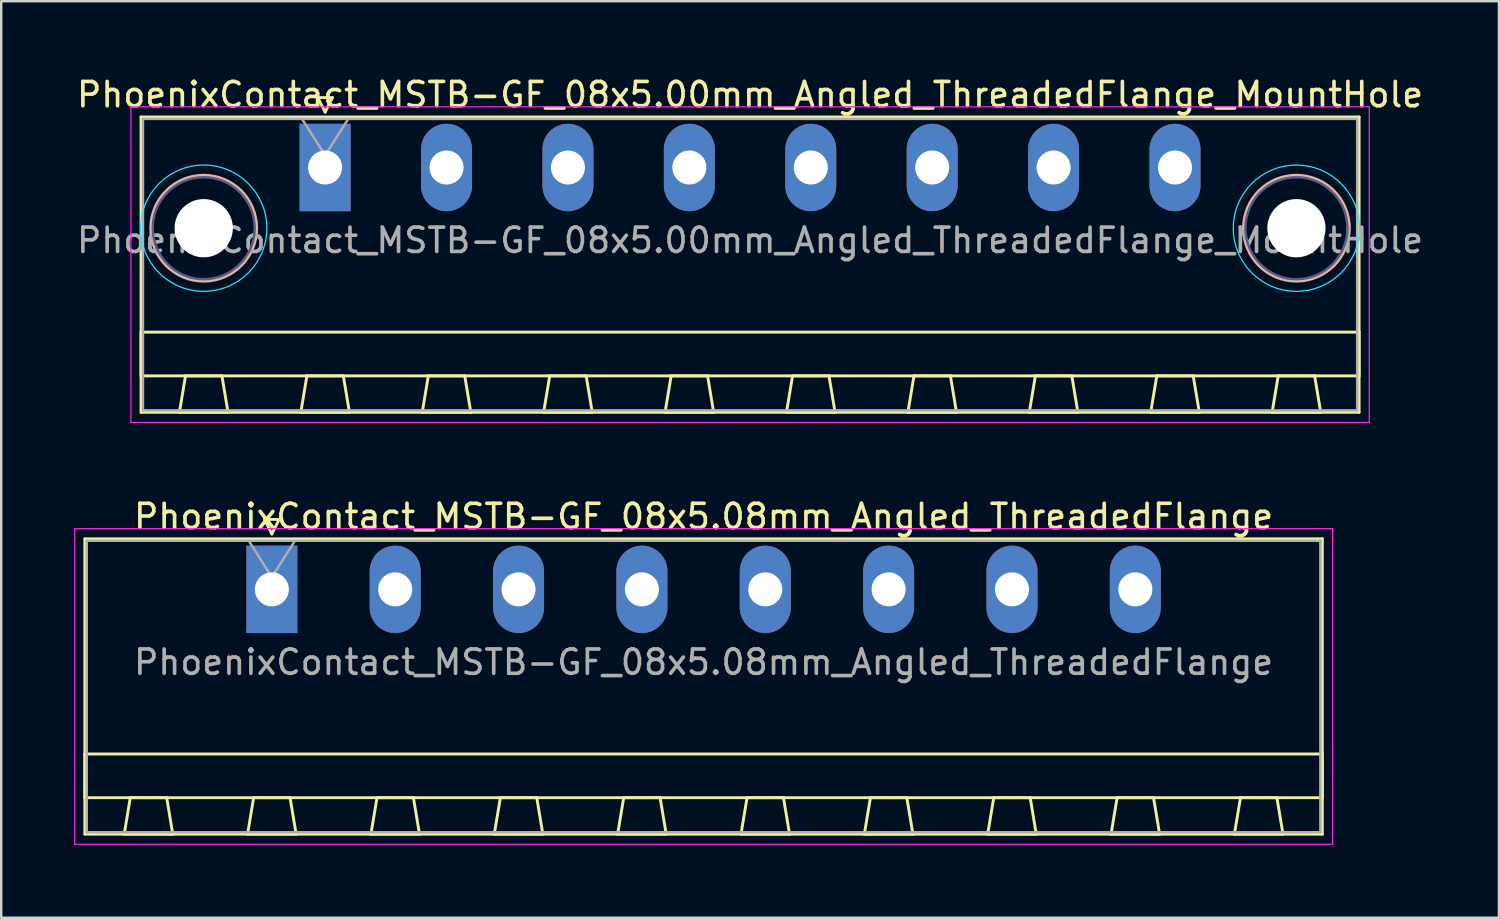
<source format=kicad_pcb>
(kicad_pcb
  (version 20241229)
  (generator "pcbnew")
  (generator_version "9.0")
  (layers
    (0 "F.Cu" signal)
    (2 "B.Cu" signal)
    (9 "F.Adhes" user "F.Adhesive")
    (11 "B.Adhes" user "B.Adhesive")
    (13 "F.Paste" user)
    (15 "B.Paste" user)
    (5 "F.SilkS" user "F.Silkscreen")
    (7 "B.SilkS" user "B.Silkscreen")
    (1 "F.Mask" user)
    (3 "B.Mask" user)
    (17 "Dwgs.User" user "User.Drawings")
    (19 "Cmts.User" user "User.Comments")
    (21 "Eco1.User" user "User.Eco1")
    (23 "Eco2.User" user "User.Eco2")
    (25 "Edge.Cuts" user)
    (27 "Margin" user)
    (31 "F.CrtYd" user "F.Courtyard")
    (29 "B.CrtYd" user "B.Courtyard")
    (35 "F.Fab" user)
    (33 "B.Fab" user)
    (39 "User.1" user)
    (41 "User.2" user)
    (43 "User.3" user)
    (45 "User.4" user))
  (footprint "PhoenixContact_MSTB-GF_08x5.08mm_Angled_ThreadedFlange"
    (layer "F.Cu")
    (at 8.145 21.221)
    (property "Reference" "PhoenixContact_MSTB-GF_08x5.08mm_Angled_ThreadedFlange" (at 17.78 -3 0) (layer "F.SilkS") (effects (font (size 1 1) (thickness 0.15))))
    (attr through_hole)
    (fp_line (start -7.7 -2.08) (end -7.7 10.08) (stroke (width 0.12) (type solid)) (layer "F.SilkS"))
    (fp_line (start -7.7 6.78) (end 43.26 6.78) (stroke (width 0.12) (type solid)) (layer "F.SilkS"))
    (fp_line (start -7.7 8.58) (end -7.7 6.78) (stroke (width 0.12) (type solid)) (layer "F.SilkS"))
    (fp_line (start -7.7 10.08) (end 43.26 10.08) (stroke (width 0.12) (type solid)) (layer "F.SilkS"))
    (fp_line (start -6.08 10.08) (end -4.08 10.08) (stroke (width 0.12) (type solid)) (layer "F.SilkS"))
    (fp_line (start -5.83 8.58) (end -6.08 10.08) (stroke (width 0.12) (type solid)) (layer "F.SilkS"))
    (fp_line (start -4.33 8.58) (end -5.83 8.58) (stroke (width 0.12) (type solid)) (layer "F.SilkS"))
    (fp_line (start -4.08 10.08) (end -4.33 8.58) (stroke (width 0.12) (type solid)) (layer "F.SilkS"))
    (fp_line (start -1 10.08) (end 1 10.08) (stroke (width 0.12) (type solid)) (layer "F.SilkS"))
    (fp_line (start -0.75 8.58) (end -1 10.08) (stroke (width 0.12) (type solid)) (layer "F.SilkS"))
    (fp_line (start -0.3 -2.88) (end 0.3 -2.88) (stroke (width 0.12) (type solid)) (layer "F.SilkS"))
    (fp_line (start 0 -2.28) (end -0.3 -2.88) (stroke (width 0.12) (type solid)) (layer "F.SilkS"))
    (fp_line (start 0.3 -2.88) (end 0 -2.28) (stroke (width 0.12) (type solid)) (layer "F.SilkS"))
    (fp_line (start 0.75 8.58) (end -0.75 8.58) (stroke (width 0.12) (type solid)) (layer "F.SilkS"))
    (fp_line (start 1 10.08) (end 0.75 8.58) (stroke (width 0.12) (type solid)) (layer "F.SilkS"))
    (fp_line (start 4.08 10.08) (end 6.08 10.08) (stroke (width 0.12) (type solid)) (layer "F.SilkS"))
    (fp_line (start 4.33 8.58) (end 4.08 10.08) (stroke (width 0.12) (type solid)) (layer "F.SilkS"))
    (fp_line (start 5.83 8.58) (end 4.33 8.58) (stroke (width 0.12) (type solid)) (layer "F.SilkS"))
    (fp_line (start 6.08 10.08) (end 5.83 8.58) (stroke (width 0.12) (type solid)) (layer "F.SilkS"))
    (fp_line (start 9.16 10.08) (end 11.16 10.08) (stroke (width 0.12) (type solid)) (layer "F.SilkS"))
    (fp_line (start 9.41 8.58) (end 9.16 10.08) (stroke (width 0.12) (type solid)) (layer "F.SilkS"))
    (fp_line (start 10.91 8.58) (end 9.41 8.58) (stroke (width 0.12) (type solid)) (layer "F.SilkS"))
    (fp_line (start 11.16 10.08) (end 10.91 8.58) (stroke (width 0.12) (type solid)) (layer "F.SilkS"))
    (fp_line (start 14.24 10.08) (end 16.24 10.08) (stroke (width 0.12) (type solid)) (layer "F.SilkS"))
    (fp_line (start 14.49 8.58) (end 14.24 10.08) (stroke (width 0.12) (type solid)) (layer "F.SilkS"))
    (fp_line (start 15.99 8.58) (end 14.49 8.58) (stroke (width 0.12) (type solid)) (layer "F.SilkS"))
    (fp_line (start 16.24 10.08) (end 15.99 8.58) (stroke (width 0.12) (type solid)) (layer "F.SilkS"))
    (fp_line (start 19.32 10.08) (end 21.32 10.08) (stroke (width 0.12) (type solid)) (layer "F.SilkS"))
    (fp_line (start 19.57 8.58) (end 19.32 10.08) (stroke (width 0.12) (type solid)) (layer "F.SilkS"))
    (fp_line (start 21.07 8.58) (end 19.57 8.58) (stroke (width 0.12) (type solid)) (layer "F.SilkS"))
    (fp_line (start 21.32 10.08) (end 21.07 8.58) (stroke (width 0.12) (type solid)) (layer "F.SilkS"))
    (fp_line (start 24.4 10.08) (end 26.4 10.08) (stroke (width 0.12) (type solid)) (layer "F.SilkS"))
    (fp_line (start 24.65 8.58) (end 24.4 10.08) (stroke (width 0.12) (type solid)) (layer "F.SilkS"))
    (fp_line (start 26.15 8.58) (end 24.65 8.58) (stroke (width 0.12) (type solid)) (layer "F.SilkS"))
    (fp_line (start 26.4 10.08) (end 26.15 8.58) (stroke (width 0.12) (type solid)) (layer "F.SilkS"))
    (fp_line (start 29.48 10.08) (end 31.48 10.08) (stroke (width 0.12) (type solid)) (layer "F.SilkS"))
    (fp_line (start 29.73 8.58) (end 29.48 10.08) (stroke (width 0.12) (type solid)) (layer "F.SilkS"))
    (fp_line (start 31.23 8.58) (end 29.73 8.58) (stroke (width 0.12) (type solid)) (layer "F.SilkS"))
    (fp_line (start 31.48 10.08) (end 31.23 8.58) (stroke (width 0.12) (type solid)) (layer "F.SilkS"))
    (fp_line (start 34.56 10.08) (end 36.56 10.08) (stroke (width 0.12) (type solid)) (layer "F.SilkS"))
    (fp_line (start 34.81 8.58) (end 34.56 10.08) (stroke (width 0.12) (type solid)) (layer "F.SilkS"))
    (fp_line (start 36.31 8.58) (end 34.81 8.58) (stroke (width 0.12) (type solid)) (layer "F.SilkS"))
    (fp_line (start 36.56 10.08) (end 36.31 8.58) (stroke (width 0.12) (type solid)) (layer "F.SilkS"))
    (fp_line (start 39.64 10.08) (end 41.64 10.08) (stroke (width 0.12) (type solid)) (layer "F.SilkS"))
    (fp_line (start 39.89 8.58) (end 39.64 10.08) (stroke (width 0.12) (type solid)) (layer "F.SilkS"))
    (fp_line (start 41.39 8.58) (end 39.89 8.58) (stroke (width 0.12) (type solid)) (layer "F.SilkS"))
    (fp_line (start 41.64 10.08) (end 41.39 8.58) (stroke (width 0.12) (type solid)) (layer "F.SilkS"))
    (fp_line (start 43.26 -2.08) (end -7.7 -2.08) (stroke (width 0.12) (type solid)) (layer "F.SilkS"))
    (fp_line (start 43.26 6.78) (end 43.26 8.58) (stroke (width 0.12) (type solid)) (layer "F.SilkS"))
    (fp_line (start 43.26 8.58) (end -7.7 8.58) (stroke (width 0.12) (type solid)) (layer "F.SilkS"))
    (fp_line (start 43.26 10.08) (end 43.26 -2.08) (stroke (width 0.12) (type solid)) (layer "F.SilkS"))
    (fp_line (start -8.12 -2.5) (end -8.12 10.5) (stroke (width 0.05) (type solid)) (layer "F.CrtYd"))
    (fp_line (start -8.12 10.5) (end 43.68 10.5) (stroke (width 0.05) (type solid)) (layer "F.CrtYd"))
    (fp_line (start 43.68 -2.5) (end -8.12 -2.5) (stroke (width 0.05) (type solid)) (layer "F.CrtYd"))
    (fp_line (start 43.68 10.5) (end 43.68 -2.5) (stroke (width 0.05) (type solid)) (layer "F.CrtYd"))
    (fp_line (start -7.62 -2) (end -7.62 10) (stroke (width 0.1) (type solid)) (layer "F.Fab"))
    (fp_line (start -7.62 10) (end 43.18 10) (stroke (width 0.1) (type solid)) (layer "F.Fab"))
    (fp_line (start 0 -0.5) (end -0.95 -2) (stroke (width 0.1) (type solid)) (layer "F.Fab"))
    (fp_line (start 0.95 -2) (end 0 -0.5) (stroke (width 0.1) (type solid)) (layer "F.Fab"))
    (fp_line (start 43.18 -2) (end -7.62 -2) (stroke (width 0.1) (type solid)) (layer "F.Fab"))
    (fp_line (start 43.18 10) (end 43.18 -2) (stroke (width 0.1) (type solid)) (layer "F.Fab"))
    (fp_text user "${REFERENCE}" (at 17.78 3 0) (layer "F.Fab") (effects (font (size 1 1) (thickness 0.15))))
    (pad "1" thru_hole rect (at 0 0) (size 2.1 3.6) (drill 1.4) (layers "*.Cu" "*.Mask"))
    (pad "2" thru_hole oval (at 5.08 0) (size 2.1 3.6) (drill 1.4) (layers "*.Cu" "*.Mask"))
    (pad "3" thru_hole oval (at 10.16 0) (size 2.1 3.6) (drill 1.4) (layers "*.Cu" "*.Mask"))
    (pad "4" thru_hole oval (at 15.24 0) (size 2.1 3.6) (drill 1.4) (layers "*.Cu" "*.Mask"))
    (pad "5" thru_hole oval (at 20.32 0) (size 2.1 3.6) (drill 1.4) (layers "*.Cu" "*.Mask"))
    (pad "6" thru_hole oval (at 25.4 0) (size 2.1 3.6) (drill 1.4) (layers "*.Cu" "*.Mask"))
    (pad "7" thru_hole oval (at 30.48 0) (size 2.1 3.6) (drill 1.4) (layers "*.Cu" "*.Mask"))
    (pad "8" thru_hole oval (at 35.56 0) (size 2.1 3.6) (drill 1.4) (layers "*.Cu" "*.Mask")))
  (footprint "PhoenixContact_MSTB-GF_08x5.00mm_Angled_ThreadedFlange_MountHole"
    (layer "F.Cu")
    (at 10.339 3.848)
    (property "Reference" "PhoenixContact_MSTB-GF_08x5.00mm_Angled_ThreadedFlange_MountHole" (at 17.5 -3 0) (layer "F.SilkS") (effects (font (size 1 1) (thickness 0.15))))
    (attr through_hole)
    (fp_line (start -7.58 -2.08) (end -7.58 10.08) (stroke (width 0.12) (type solid)) (layer "F.SilkS"))
    (fp_line (start -7.58 6.78) (end 42.58 6.78) (stroke (width 0.12) (type solid)) (layer "F.SilkS"))
    (fp_line (start -7.58 8.58) (end -7.58 6.78) (stroke (width 0.12) (type solid)) (layer "F.SilkS"))
    (fp_line (start -7.58 10.08) (end 42.58 10.08) (stroke (width 0.12) (type solid)) (layer "F.SilkS"))
    (fp_line (start -6 10.08) (end -4 10.08) (stroke (width 0.12) (type solid)) (layer "F.SilkS"))
    (fp_line (start -5.75 8.58) (end -6 10.08) (stroke (width 0.12) (type solid)) (layer "F.SilkS"))
    (fp_line (start -4.25 8.58) (end -5.75 8.58) (stroke (width 0.12) (type solid)) (layer "F.SilkS"))
    (fp_line (start -4 10.08) (end -4.25 8.58) (stroke (width 0.12) (type solid)) (layer "F.SilkS"))
    (fp_line (start -1 10.08) (end 1 10.08) (stroke (width 0.12) (type solid)) (layer "F.SilkS"))
    (fp_line (start -0.75 8.58) (end -1 10.08) (stroke (width 0.12) (type solid)) (layer "F.SilkS"))
    (fp_line (start -0.3 -2.88) (end 0.3 -2.88) (stroke (width 0.12) (type solid)) (layer "F.SilkS"))
    (fp_line (start 0 -2.28) (end -0.3 -2.88) (stroke (width 0.12) (type solid)) (layer "F.SilkS"))
    (fp_line (start 0.3 -2.88) (end 0 -2.28) (stroke (width 0.12) (type solid)) (layer "F.SilkS"))
    (fp_line (start 0.75 8.58) (end -0.75 8.58) (stroke (width 0.12) (type solid)) (layer "F.SilkS"))
    (fp_line (start 1 10.08) (end 0.75 8.58) (stroke (width 0.12) (type solid)) (layer "F.SilkS"))
    (fp_line (start 4 10.08) (end 6 10.08) (stroke (width 0.12) (type solid)) (layer "F.SilkS"))
    (fp_line (start 4.25 8.58) (end 4 10.08) (stroke (width 0.12) (type solid)) (layer "F.SilkS"))
    (fp_line (start 5.75 8.58) (end 4.25 8.58) (stroke (width 0.12) (type solid)) (layer "F.SilkS"))
    (fp_line (start 6 10.08) (end 5.75 8.58) (stroke (width 0.12) (type solid)) (layer "F.SilkS"))
    (fp_line (start 9 10.08) (end 11 10.08) (stroke (width 0.12) (type solid)) (layer "F.SilkS"))
    (fp_line (start 9.25 8.58) (end 9 10.08) (stroke (width 0.12) (type solid)) (layer "F.SilkS"))
    (fp_line (start 10.75 8.58) (end 9.25 8.58) (stroke (width 0.12) (type solid)) (layer "F.SilkS"))
    (fp_line (start 11 10.08) (end 10.75 8.58) (stroke (width 0.12) (type solid)) (layer "F.SilkS"))
    (fp_line (start 14 10.08) (end 16 10.08) (stroke (width 0.12) (type solid)) (layer "F.SilkS"))
    (fp_line (start 14.25 8.58) (end 14 10.08) (stroke (width 0.12) (type solid)) (layer "F.SilkS"))
    (fp_line (start 15.75 8.58) (end 14.25 8.58) (stroke (width 0.12) (type solid)) (layer "F.SilkS"))
    (fp_line (start 16 10.08) (end 15.75 8.58) (stroke (width 0.12) (type solid)) (layer "F.SilkS"))
    (fp_line (start 19 10.08) (end 21 10.08) (stroke (width 0.12) (type solid)) (layer "F.SilkS"))
    (fp_line (start 19.25 8.58) (end 19 10.08) (stroke (width 0.12) (type solid)) (layer "F.SilkS"))
    (fp_line (start 20.75 8.58) (end 19.25 8.58) (stroke (width 0.12) (type solid)) (layer "F.SilkS"))
    (fp_line (start 21 10.08) (end 20.75 8.58) (stroke (width 0.12) (type solid)) (layer "F.SilkS"))
    (fp_line (start 24 10.08) (end 26 10.08) (stroke (width 0.12) (type solid)) (layer "F.SilkS"))
    (fp_line (start 24.25 8.58) (end 24 10.08) (stroke (width 0.12) (type solid)) (layer "F.SilkS"))
    (fp_line (start 25.75 8.58) (end 24.25 8.58) (stroke (width 0.12) (type solid)) (layer "F.SilkS"))
    (fp_line (start 26 10.08) (end 25.75 8.58) (stroke (width 0.12) (type solid)) (layer "F.SilkS"))
    (fp_line (start 29 10.08) (end 31 10.08) (stroke (width 0.12) (type solid)) (layer "F.SilkS"))
    (fp_line (start 29.25 8.58) (end 29 10.08) (stroke (width 0.12) (type solid)) (layer "F.SilkS"))
    (fp_line (start 30.75 8.58) (end 29.25 8.58) (stroke (width 0.12) (type solid)) (layer "F.SilkS"))
    (fp_line (start 31 10.08) (end 30.75 8.58) (stroke (width 0.12) (type solid)) (layer "F.SilkS"))
    (fp_line (start 34 10.08) (end 36 10.08) (stroke (width 0.12) (type solid)) (layer "F.SilkS"))
    (fp_line (start 34.25 8.58) (end 34 10.08) (stroke (width 0.12) (type solid)) (layer "F.SilkS"))
    (fp_line (start 35.75 8.58) (end 34.25 8.58) (stroke (width 0.12) (type solid)) (layer "F.SilkS"))
    (fp_line (start 36 10.08) (end 35.75 8.58) (stroke (width 0.12) (type solid)) (layer "F.SilkS"))
    (fp_line (start 39 10.08) (end 41 10.08) (stroke (width 0.12) (type solid)) (layer "F.SilkS"))
    (fp_line (start 39.25 8.58) (end 39 10.08) (stroke (width 0.12) (type solid)) (layer "F.SilkS"))
    (fp_line (start 40.75 8.58) (end 39.25 8.58) (stroke (width 0.12) (type solid)) (layer "F.SilkS"))
    (fp_line (start 41 10.08) (end 40.75 8.58) (stroke (width 0.12) (type solid)) (layer "F.SilkS"))
    (fp_line (start 42.58 -2.08) (end -7.58 -2.08) (stroke (width 0.12) (type solid)) (layer "F.SilkS"))
    (fp_line (start 42.58 6.78) (end 42.58 8.58) (stroke (width 0.12) (type solid)) (layer "F.SilkS"))
    (fp_line (start 42.58 8.58) (end -7.58 8.58) (stroke (width 0.12) (type solid)) (layer "F.SilkS"))
    (fp_line (start 42.58 10.08) (end 42.58 -2.08) (stroke (width 0.12) (type solid)) (layer "F.SilkS"))
    (fp_circle (center -5 2.5) (end -2.82 2.5) (stroke (width 0.12) (type solid)) (fill no) (layer "B.SilkS"))
    (fp_circle (center 40 2.5) (end 42.18 2.5) (stroke (width 0.12) (type solid)) (fill no) (layer "B.SilkS"))
    (fp_circle (center -5 2.5) (end -2.4 2.5) (stroke (width 0.05) (type solid)) (fill no) (layer "B.CrtYd"))
    (fp_circle (center 40 2.5) (end 42.6 2.5) (stroke (width 0.05) (type solid)) (fill no) (layer "B.CrtYd"))
    (fp_line (start -8 -2.5) (end -8 10.5) (stroke (width 0.05) (type solid)) (layer "F.CrtYd"))
    (fp_line (start -8 10.5) (end 43 10.5) (stroke (width 0.05) (type solid)) (layer "F.CrtYd"))
    (fp_line (start 43 -2.5) (end -8 -2.5) (stroke (width 0.05) (type solid)) (layer "F.CrtYd"))
    (fp_line (start 43 10.5) (end 43 -2.5) (stroke (width 0.05) (type solid)) (layer "F.CrtYd"))
    (fp_circle (center -5 2.5) (end -2.9 2.5) (stroke (width 0.1) (type solid)) (fill no) (layer "B.Fab"))
    (fp_circle (center 40 2.5) (end 42.1 2.5) (stroke (width 0.1) (type solid)) (fill no) (layer "B.Fab"))
    (fp_line (start -7.5 -2) (end -7.5 10) (stroke (width 0.1) (type solid)) (layer "F.Fab"))
    (fp_line (start -7.5 10) (end 42.5 10) (stroke (width 0.1) (type solid)) (layer "F.Fab"))
    (fp_line (start 0 -0.5) (end -0.95 -2) (stroke (width 0.1) (type solid)) (layer "F.Fab"))
    (fp_line (start 0.95 -2) (end 0 -0.5) (stroke (width 0.1) (type solid)) (layer "F.Fab"))
    (fp_line (start 42.5 -2) (end -7.5 -2) (stroke (width 0.1) (type solid)) (layer "F.Fab"))
    (fp_line (start 42.5 10) (end 42.5 -2) (stroke (width 0.1) (type solid)) (layer "F.Fab"))
    (fp_text user "${REFERENCE}" (at 17.5 3 0) (layer "F.Fab") (effects (font (size 1 1) (thickness 0.15))))
    (pad "" np_thru_hole circle (at -5 2.5) (size 2.4 2.4) (drill 2.4) (layers "*.Cu" "*.Mask"))
    (pad "" np_thru_hole circle (at 40 2.5) (size 2.4 2.4) (drill 2.4) (layers "*.Cu" "*.Mask"))
    (pad "1" thru_hole rect (at 0 0) (size 2.1 3.6) (drill 1.4) (layers "*.Cu" "*.Mask"))
    (pad "2" thru_hole oval (at 5 0) (size 2.1 3.6) (drill 1.4) (layers "*.Cu" "*.Mask"))
    (pad "3" thru_hole oval (at 10 0) (size 2.1 3.6) (drill 1.4) (layers "*.Cu" "*.Mask"))
    (pad "4" thru_hole oval (at 15 0) (size 2.1 3.6) (drill 1.4) (layers "*.Cu" "*.Mask"))
    (pad "5" thru_hole oval (at 20 0) (size 2.1 3.6) (drill 1.4) (layers "*.Cu" "*.Mask"))
    (pad "6" thru_hole oval (at 25 0) (size 2.1 3.6) (drill 1.4) (layers "*.Cu" "*.Mask"))
    (pad "7" thru_hole oval (at 30 0) (size 2.1 3.6) (drill 1.4) (layers "*.Cu" "*.Mask"))
    (pad "8" thru_hole oval (at 35 0) (size 2.1 3.6) (drill 1.4) (layers "*.Cu" "*.Mask")))
  (gr_rect
    (start -3 -3)
    (end 58.679 34.746)
    (stroke (width 0.1) (type default))
    (fill no)
    (layer "Edge.Cuts")))
</source>
